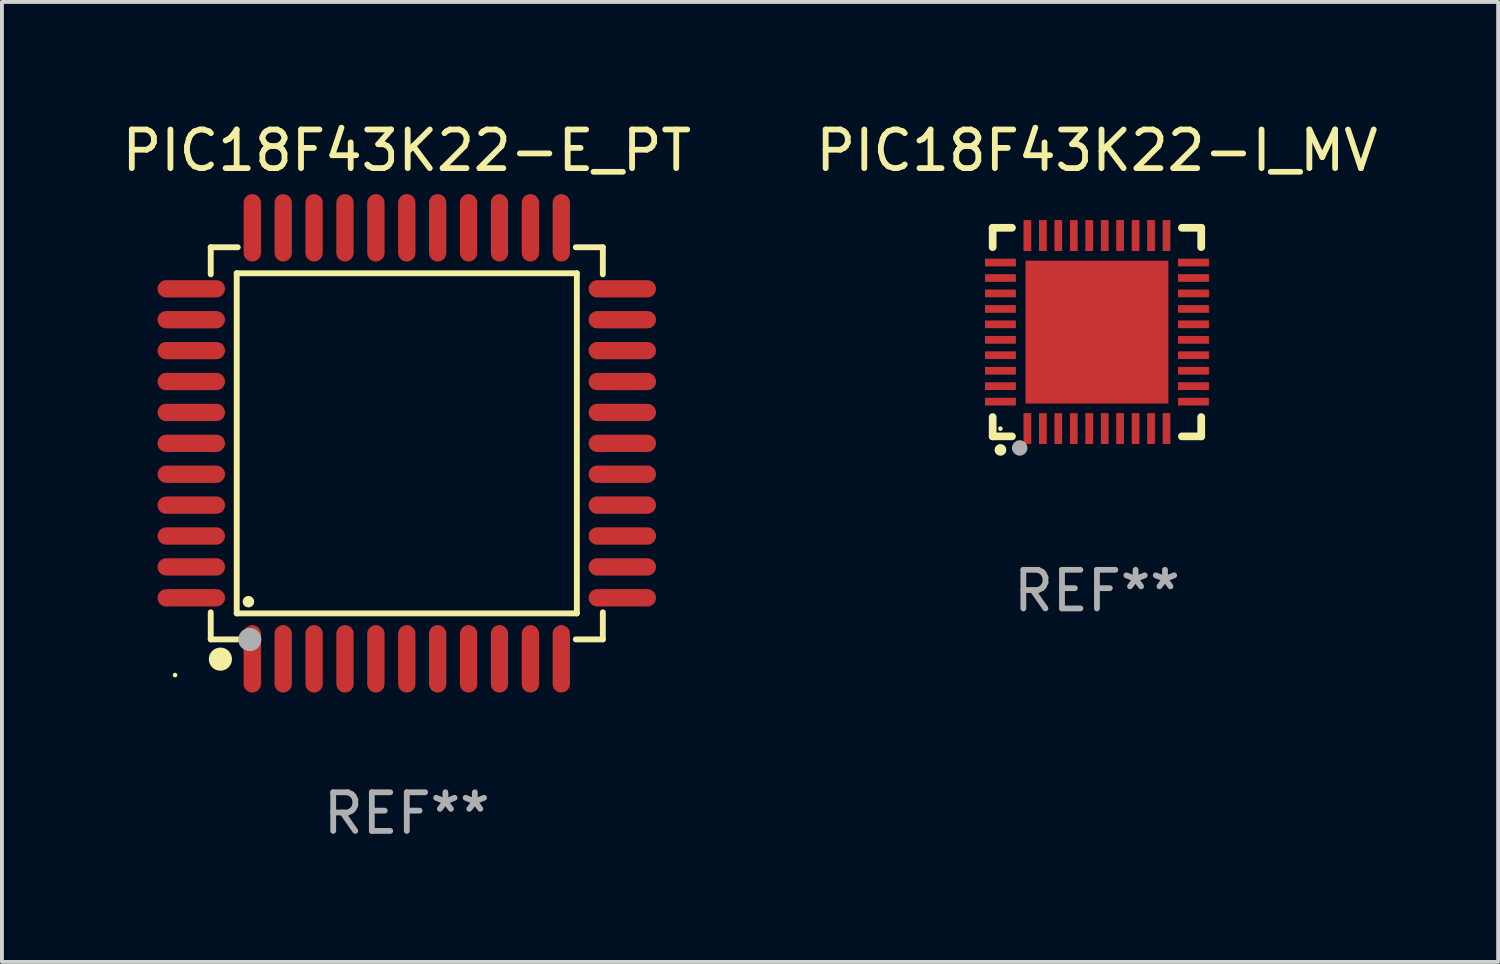
<source format=kicad_pcb>
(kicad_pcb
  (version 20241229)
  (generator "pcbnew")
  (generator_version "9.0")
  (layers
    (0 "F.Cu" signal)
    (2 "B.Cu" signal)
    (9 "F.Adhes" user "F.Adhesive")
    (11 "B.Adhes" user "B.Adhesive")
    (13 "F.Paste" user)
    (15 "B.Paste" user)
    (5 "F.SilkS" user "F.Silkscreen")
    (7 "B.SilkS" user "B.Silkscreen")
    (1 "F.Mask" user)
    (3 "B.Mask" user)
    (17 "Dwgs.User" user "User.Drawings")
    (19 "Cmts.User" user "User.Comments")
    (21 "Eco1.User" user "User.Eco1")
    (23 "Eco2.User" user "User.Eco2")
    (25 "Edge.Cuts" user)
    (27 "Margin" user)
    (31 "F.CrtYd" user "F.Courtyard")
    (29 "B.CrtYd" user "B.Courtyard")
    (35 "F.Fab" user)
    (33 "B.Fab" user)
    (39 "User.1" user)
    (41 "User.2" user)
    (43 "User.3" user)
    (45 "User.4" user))
  (footprint "PIC18F43K22-I_MV"
    (layer "F.Cu")
    (at 25.351 5.548)
    (property "Reference" "PIC18F43K22-I_MV" (at 0 -4.7 0) (layer "F.SilkS") (effects (font (size 1 1) (thickness 0.15))))
    (attr through_hole)
    (fp_line (start -2.7 -2.7) (end -2.7 -2.2) (stroke (width 0.2) (type solid)) (layer "F.SilkS"))
    (fp_line (start -2.7 2.7) (end -2.7 2.2) (stroke (width 0.2) (type solid)) (layer "F.SilkS"))
    (fp_line (start -2.2 -2.7) (end -2.7 -2.7) (stroke (width 0.2) (type solid)) (layer "F.SilkS"))
    (fp_line (start -2.2 2.7) (end -2.7 2.7) (stroke (width 0.2) (type solid)) (layer "F.SilkS"))
    (fp_line (start 2.7 -2.7) (end 2.2 -2.7) (stroke (width 0.2) (type solid)) (layer "F.SilkS"))
    (fp_line (start 2.7 -2.2) (end 2.7 -2.7) (stroke (width 0.2) (type solid)) (layer "F.SilkS"))
    (fp_line (start 2.7 2.2) (end 2.7 2.7) (stroke (width 0.2) (type solid)) (layer "F.SilkS"))
    (fp_line (start 2.7 2.7) (end 2.2 2.7) (stroke (width 0.2) (type solid)) (layer "F.SilkS"))
    (fp_arc (start -2.499365 3.050546) (mid -2.498095 3.050541) (end -2.496825 3.050546) (stroke (width 0.3) (type solid)) (layer "F.SilkS"))
    (fp_circle (center -2.5 2.5) (end -2.47 2.5) (stroke (width 0.06) (type solid)) (fill no) (layer "F.SilkS"))
    (fp_circle (center -2 3) (end -1.9 3) (stroke (width 0.2) (type solid)) (fill no) (layer "F.Fab"))
    (fp_text user "REF**" (at 0 6.7 0) (layer "F.Fab") (effects (font (size 1 1) (thickness 0.15))))
    (pad "1" smd rect (at -1.801 2.499) (size 0.2 0.8) (layers "F.Cu" "F.Mask" "F.Paste"))
    (pad "2" smd rect (at -1.4 2.499) (size 0.2 0.8) (layers "F.Cu" "F.Mask" "F.Paste"))
    (pad "3" smd rect (at -1.001 2.499) (size 0.2 0.8) (layers "F.Cu" "F.Mask" "F.Paste"))
    (pad "4" smd rect (at -0.599 2.499) (size 0.2 0.8) (layers "F.Cu" "F.Mask" "F.Paste"))
    (pad "5" smd rect (at -0.201 2.499) (size 0.2 0.8) (layers "F.Cu" "F.Mask" "F.Paste"))
    (pad "6" smd rect (at 0.201 2.499) (size 0.2 0.8) (layers "F.Cu" "F.Mask" "F.Paste"))
    (pad "7" smd rect (at 0.599 2.499) (size 0.2 0.8) (layers "F.Cu" "F.Mask" "F.Paste"))
    (pad "8" smd rect (at 1.001 2.499) (size 0.2 0.8) (layers "F.Cu" "F.Mask" "F.Paste"))
    (pad "9" smd rect (at 1.4 2.499) (size 0.2 0.8) (layers "F.Cu" "F.Mask" "F.Paste"))
    (pad "10" smd rect (at 1.801 2.499) (size 0.2 0.8) (layers "F.Cu" "F.Mask" "F.Paste"))
    (pad "11" smd rect (at 2.499 1.801) (size 0.8 0.2) (layers "F.Cu" "F.Mask" "F.Paste"))
    (pad "12" smd rect (at 2.499 1.4) (size 0.8 0.2) (layers "F.Cu" "F.Mask" "F.Paste"))
    (pad "13" smd rect (at 2.499 1.001) (size 0.8 0.2) (layers "F.Cu" "F.Mask" "F.Paste"))
    (pad "14" smd rect (at 2.499 0.599) (size 0.8 0.2) (layers "F.Cu" "F.Mask" "F.Paste"))
    (pad "15" smd rect (at 2.499 0.201) (size 0.8 0.2) (layers "F.Cu" "F.Mask" "F.Paste"))
    (pad "16" smd rect (at 2.499 -0.201) (size 0.8 0.2) (layers "F.Cu" "F.Mask" "F.Paste"))
    (pad "17" smd rect (at 2.499 -0.599) (size 0.8 0.2) (layers "F.Cu" "F.Mask" "F.Paste"))
    (pad "18" smd rect (at 2.499 -1.001) (size 0.8 0.2) (layers "F.Cu" "F.Mask" "F.Paste"))
    (pad "19" smd rect (at 2.499 -1.4) (size 0.8 0.2) (layers "F.Cu" "F.Mask" "F.Paste"))
    (pad "20" smd rect (at 2.499 -1.801) (size 0.8 0.2) (layers "F.Cu" "F.Mask" "F.Paste"))
    (pad "21" smd rect (at 1.801 -2.499) (size 0.2 0.8) (layers "F.Cu" "F.Mask" "F.Paste"))
    (pad "22" smd rect (at 1.4 -2.499) (size 0.2 0.8) (layers "F.Cu" "F.Mask" "F.Paste"))
    (pad "23" smd rect (at 1.001 -2.499) (size 0.2 0.8) (layers "F.Cu" "F.Mask" "F.Paste"))
    (pad "24" smd rect (at 0.599 -2.499) (size 0.2 0.8) (layers "F.Cu" "F.Mask" "F.Paste"))
    (pad "25" smd rect (at 0.201 -2.499) (size 0.2 0.8) (layers "F.Cu" "F.Mask" "F.Paste"))
    (pad "26" smd rect (at -0.201 -2.499) (size 0.2 0.8) (layers "F.Cu" "F.Mask" "F.Paste"))
    (pad "27" smd rect (at -0.599 -2.499) (size 0.2 0.8) (layers "F.Cu" "F.Mask" "F.Paste"))
    (pad "28" smd rect (at -1.001 -2.499) (size 0.2 0.8) (layers "F.Cu" "F.Mask" "F.Paste"))
    (pad "29" smd rect (at -1.4 -2.499) (size 0.2 0.8) (layers "F.Cu" "F.Mask" "F.Paste"))
    (pad "30" smd rect (at -1.801 -2.499) (size 0.2 0.8) (layers "F.Cu" "F.Mask" "F.Paste"))
    (pad "31" smd rect (at -2.499 -1.801) (size 0.8 0.2) (layers "F.Cu" "F.Mask" "F.Paste"))
    (pad "32" smd rect (at -2.499 -1.4) (size 0.8 0.2) (layers "F.Cu" "F.Mask" "F.Paste"))
    (pad "33" smd rect (at -2.499 -1.001) (size 0.8 0.2) (layers "F.Cu" "F.Mask" "F.Paste"))
    (pad "34" smd rect (at -2.499 -0.599) (size 0.8 0.2) (layers "F.Cu" "F.Mask" "F.Paste"))
    (pad "35" smd rect (at -2.499 -0.201) (size 0.8 0.2) (layers "F.Cu" "F.Mask" "F.Paste"))
    (pad "36" smd rect (at -2.499 0.201) (size 0.8 0.2) (layers "F.Cu" "F.Mask" "F.Paste"))
    (pad "37" smd rect (at -2.499 0.599) (size 0.8 0.2) (layers "F.Cu" "F.Mask" "F.Paste"))
    (pad "38" smd rect (at -2.499 1.001) (size 0.8 0.2) (layers "F.Cu" "F.Mask" "F.Paste"))
    (pad "39" smd rect (at -2.499 1.4) (size 0.8 0.2) (layers "F.Cu" "F.Mask" "F.Paste"))
    (pad "40" smd rect (at -2.499 1.801) (size 0.8 0.2) (layers "F.Cu" "F.Mask" "F.Paste"))
    (pad "41" smd rect (at 0 0) (size 3.7 3.7) (layers "F.Cu" "F.Mask" "F.Paste")))
  (footprint "PIC18F43K22-E_PT"
    (layer "F.Cu")
    (at 7.482 8.428)
    (property "Reference" "PIC18F43K22-E_PT" (at 0 -7.58 0) (layer "F.SilkS") (effects (font (size 1 1) (thickness 0.15))))
    (attr through_hole)
    (fp_line (start -5.076 -5.076) (end -5.076 -4.376) (stroke (width 0.152) (type solid)) (layer "F.SilkS"))
    (fp_line (start -5.076 5.076) (end -5.076 4.376) (stroke (width 0.152) (type solid)) (layer "F.SilkS"))
    (fp_line (start -4.403 -4.403) (end 4.403 -4.403) (stroke (width 0.152) (type solid)) (layer "F.SilkS"))
    (fp_line (start -4.403 4.403) (end -4.403 -4.403) (stroke (width 0.152) (type solid)) (layer "F.SilkS"))
    (fp_line (start -4.376 -5.076) (end -5.076 -5.076) (stroke (width 0.152) (type solid)) (layer "F.SilkS"))
    (fp_line (start -4.376 5.076) (end -5.076 5.076) (stroke (width 0.152) (type solid)) (layer "F.SilkS"))
    (fp_line (start 4.376 -5.076) (end 5.076 -5.076) (stroke (width 0.152) (type solid)) (layer "F.SilkS"))
    (fp_line (start 4.376 5.076) (end 5.076 5.076) (stroke (width 0.152) (type solid)) (layer "F.SilkS"))
    (fp_line (start 4.403 -4.403) (end 4.403 4.403) (stroke (width 0.152) (type solid)) (layer "F.SilkS"))
    (fp_line (start 4.403 4.403) (end -4.403 4.403) (stroke (width 0.152) (type solid)) (layer "F.SilkS"))
    (fp_line (start 5.076 -5.076) (end 5.076 -4.376) (stroke (width 0.152) (type solid)) (layer "F.SilkS"))
    (fp_line (start 5.076 5.076) (end 5.076 4.376) (stroke (width 0.152) (type solid)) (layer "F.SilkS"))
    (fp_circle (center -6 6) (end -5.97 6) (stroke (width 0.06) (type solid)) (fill no) (layer "F.SilkS"))
    (fp_circle (center -4.826 5.588) (end -4.676 5.588) (stroke (width 0.3) (type solid)) (fill no) (layer "F.SilkS"))
    (fp_circle (center -4.1 4.1) (end -4.025 4.1) (stroke (width 0.15) (type solid)) (fill no) (layer "F.SilkS"))
    (fp_circle (center -4.064 5.08) (end -3.914 5.08) (stroke (width 0.3) (type solid)) (fill no) (layer "F.Fab"))
    (fp_text user "REF**" (at 0 9.58 0) (layer "F.Fab") (effects (font (size 1 1) (thickness 0.15))))
    (pad "1" smd oval (at -4 5.58) (size 0.448 1.745) (layers "F.Cu" "F.Mask" "F.Paste"))
    (pad "2" smd oval (at -3.2 5.58) (size 0.448 1.745) (layers "F.Cu" "F.Mask" "F.Paste"))
    (pad "3" smd oval (at -2.4 5.58) (size 0.448 1.745) (layers "F.Cu" "F.Mask" "F.Paste"))
    (pad "4" smd oval (at -1.6 5.58) (size 0.448 1.745) (layers "F.Cu" "F.Mask" "F.Paste"))
    (pad "5" smd oval (at -0.8 5.58) (size 0.448 1.745) (layers "F.Cu" "F.Mask" "F.Paste"))
    (pad "6" smd oval (at 0 5.58) (size 0.448 1.745) (layers "F.Cu" "F.Mask" "F.Paste"))
    (pad "7" smd oval (at 0.8 5.58) (size 0.448 1.745) (layers "F.Cu" "F.Mask" "F.Paste"))
    (pad "8" smd oval (at 1.6 5.58) (size 0.448 1.745) (layers "F.Cu" "F.Mask" "F.Paste"))
    (pad "9" smd oval (at 2.4 5.58) (size 0.448 1.745) (layers "F.Cu" "F.Mask" "F.Paste"))
    (pad "10" smd oval (at 3.2 5.58) (size 0.448 1.745) (layers "F.Cu" "F.Mask" "F.Paste"))
    (pad "11" smd oval (at 4 5.58) (size 0.448 1.745) (layers "F.Cu" "F.Mask" "F.Paste"))
    (pad "12" smd oval (at 5.58 4) (size 1.745 0.448) (layers "F.Cu" "F.Mask" "F.Paste"))
    (pad "13" smd oval (at 5.58 3.2) (size 1.745 0.448) (layers "F.Cu" "F.Mask" "F.Paste"))
    (pad "14" smd oval (at 5.58 2.4) (size 1.745 0.448) (layers "F.Cu" "F.Mask" "F.Paste"))
    (pad "15" smd oval (at 5.58 1.6) (size 1.745 0.448) (layers "F.Cu" "F.Mask" "F.Paste"))
    (pad "16" smd oval (at 5.58 0.8) (size 1.745 0.448) (layers "F.Cu" "F.Mask" "F.Paste"))
    (pad "17" smd oval (at 5.58 0) (size 1.745 0.448) (layers "F.Cu" "F.Mask" "F.Paste"))
    (pad "18" smd oval (at 5.58 -0.8) (size 1.745 0.448) (layers "F.Cu" "F.Mask" "F.Paste"))
    (pad "19" smd oval (at 5.58 -1.6) (size 1.745 0.448) (layers "F.Cu" "F.Mask" "F.Paste"))
    (pad "20" smd oval (at 5.58 -2.4) (size 1.745 0.448) (layers "F.Cu" "F.Mask" "F.Paste"))
    (pad "21" smd oval (at 5.58 -3.2) (size 1.745 0.448) (layers "F.Cu" "F.Mask" "F.Paste"))
    (pad "22" smd oval (at 5.58 -4) (size 1.745 0.448) (layers "F.Cu" "F.Mask" "F.Paste"))
    (pad "23" smd oval (at 4 -5.58) (size 0.448 1.745) (layers "F.Cu" "F.Mask" "F.Paste"))
    (pad "24" smd oval (at 3.2 -5.58) (size 0.448 1.745) (layers "F.Cu" "F.Mask" "F.Paste"))
    (pad "25" smd oval (at 2.4 -5.58) (size 0.448 1.745) (layers "F.Cu" "F.Mask" "F.Paste"))
    (pad "26" smd oval (at 1.6 -5.58) (size 0.448 1.745) (layers "F.Cu" "F.Mask" "F.Paste"))
    (pad "27" smd oval (at 0.8 -5.58) (size 0.448 1.745) (layers "F.Cu" "F.Mask" "F.Paste"))
    (pad "28" smd oval (at 0 -5.58) (size 0.448 1.745) (layers "F.Cu" "F.Mask" "F.Paste"))
    (pad "29" smd oval (at -0.8 -5.58) (size 0.448 1.745) (layers "F.Cu" "F.Mask" "F.Paste"))
    (pad "30" smd oval (at -1.6 -5.58) (size 0.448 1.745) (layers "F.Cu" "F.Mask" "F.Paste"))
    (pad "31" smd oval (at -2.4 -5.58) (size 0.448 1.745) (layers "F.Cu" "F.Mask" "F.Paste"))
    (pad "32" smd oval (at -3.2 -5.58) (size 0.448 1.745) (layers "F.Cu" "F.Mask" "F.Paste"))
    (pad "33" smd oval (at -4 -5.58) (size 0.448 1.745) (layers "F.Cu" "F.Mask" "F.Paste"))
    (pad "34" smd oval (at -5.58 -4) (size 1.745 0.448) (layers "F.Cu" "F.Mask" "F.Paste"))
    (pad "35" smd oval (at -5.58 -3.2) (size 1.745 0.448) (layers "F.Cu" "F.Mask" "F.Paste"))
    (pad "36" smd oval (at -5.58 -2.4) (size 1.745 0.448) (layers "F.Cu" "F.Mask" "F.Paste"))
    (pad "37" smd oval (at -5.58 -1.6) (size 1.745 0.448) (layers "F.Cu" "F.Mask" "F.Paste"))
    (pad "38" smd oval (at -5.58 -0.8) (size 1.745 0.448) (layers "F.Cu" "F.Mask" "F.Paste"))
    (pad "39" smd oval (at -5.58 0) (size 1.745 0.448) (layers "F.Cu" "F.Mask" "F.Paste"))
    (pad "40" smd oval (at -5.58 0.8) (size 1.745 0.448) (layers "F.Cu" "F.Mask" "F.Paste"))
    (pad "41" smd oval (at -5.58 1.6) (size 1.745 0.448) (layers "F.Cu" "F.Mask" "F.Paste"))
    (pad "42" smd oval (at -5.58 2.4) (size 1.745 0.448) (layers "F.Cu" "F.Mask" "F.Paste"))
    (pad "43" smd oval (at -5.58 3.2) (size 1.745 0.448) (layers "F.Cu" "F.Mask" "F.Paste"))
    (pad "44" smd oval (at -5.58 4) (size 1.745 0.448) (layers "F.Cu" "F.Mask" "F.Paste")))
  (gr_rect
    (start -3 -3)
    (end 35.738 21.856)
    (stroke (width 0.1) (type default))
    (fill no)
    (layer "Edge.Cuts")))
</source>
